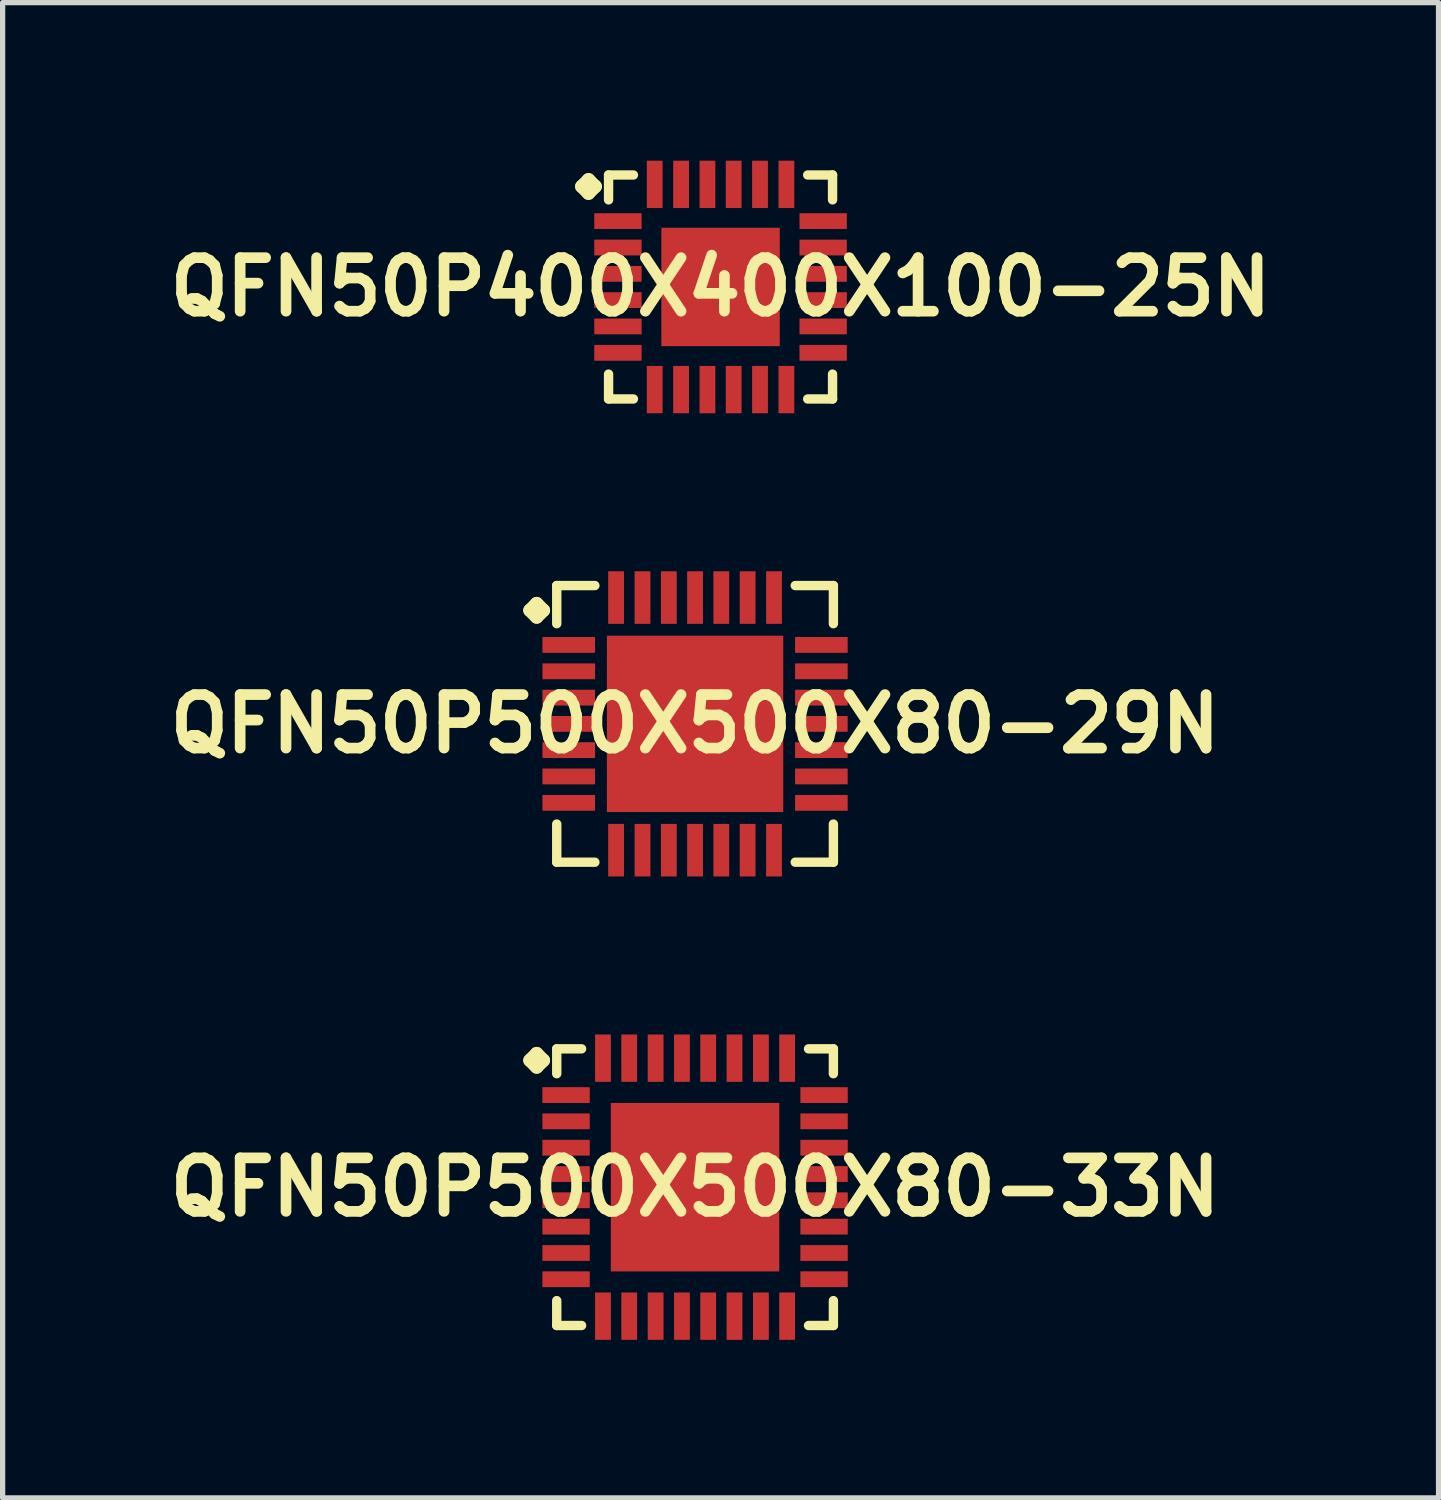
<source format=kicad_pcb>
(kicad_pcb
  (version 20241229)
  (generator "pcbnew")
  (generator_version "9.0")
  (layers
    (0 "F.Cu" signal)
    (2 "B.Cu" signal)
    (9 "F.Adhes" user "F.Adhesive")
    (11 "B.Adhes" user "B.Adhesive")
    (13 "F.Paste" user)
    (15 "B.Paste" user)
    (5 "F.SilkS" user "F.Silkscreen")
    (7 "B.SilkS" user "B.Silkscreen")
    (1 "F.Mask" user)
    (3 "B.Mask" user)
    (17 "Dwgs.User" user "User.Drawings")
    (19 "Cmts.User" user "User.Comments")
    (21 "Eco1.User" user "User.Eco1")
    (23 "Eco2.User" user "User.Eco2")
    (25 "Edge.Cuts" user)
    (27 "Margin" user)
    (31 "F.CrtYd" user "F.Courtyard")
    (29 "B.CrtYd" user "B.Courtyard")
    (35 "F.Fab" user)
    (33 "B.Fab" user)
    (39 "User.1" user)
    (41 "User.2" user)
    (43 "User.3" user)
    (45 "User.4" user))
  (footprint "QFN50P500X500X80-29N"
    (layer "F.Cu")
    (at 10.145 10.692)
    (property "Reference" "QFN50P500X500X80-29N" (at 0 0 0) (layer "F.SilkS") (effects (font (size 1.016 1.016) (thickness 0.203))))
    (attr smd)
    (fp_line (start -3.134 -2.156) (end -3.007 -2.283) (stroke (width 0.254) (type solid)) (layer "F.SilkS"))
    (fp_line (start -3.007 -2.283) (end -2.88 -2.156) (stroke (width 0.254) (type solid)) (layer "F.SilkS"))
    (fp_line (start -3.007 -2.029) (end -3.134 -2.156) (stroke (width 0.254) (type solid)) (layer "F.SilkS"))
    (fp_line (start -2.88 -2.156) (end -3.007 -2.029) (stroke (width 0.254) (type solid)) (layer "F.SilkS"))
    (fp_line (start -2.626 -2.626) (end -1.902 -2.626) (stroke (width 0.178) (type solid)) (layer "F.SilkS"))
    (fp_line (start -2.626 -1.902) (end -2.626 -2.626) (stroke (width 0.178) (type solid)) (layer "F.SilkS"))
    (fp_line (start -2.626 1.902) (end -2.626 2.626) (stroke (width 0.178) (type solid)) (layer "F.SilkS"))
    (fp_line (start -2.626 2.626) (end -1.902 2.626) (stroke (width 0.178) (type solid)) (layer "F.SilkS"))
    (fp_line (start 1.902 -2.626) (end 2.626 -2.626) (stroke (width 0.178) (type solid)) (layer "F.SilkS"))
    (fp_line (start 1.902 2.626) (end 2.626 2.626) (stroke (width 0.178) (type solid)) (layer "F.SilkS"))
    (fp_line (start 2.626 -2.626) (end 2.626 -1.902) (stroke (width 0.178) (type solid)) (layer "F.SilkS"))
    (fp_line (start 2.626 2.626) (end 2.626 1.902) (stroke (width 0.178) (type solid)) (layer "F.SilkS"))
    (pad "1" smd rect (at -2.398 -1.499) (size 0.998 0.3) (layers "F.Cu" "F.Mask" "F.Paste"))
    (pad "2" smd rect (at -2.398 -0.998) (size 0.998 0.3) (layers "F.Cu" "F.Mask" "F.Paste"))
    (pad "3" smd rect (at -2.398 -0.498) (size 0.998 0.3) (layers "F.Cu" "F.Mask" "F.Paste"))
    (pad "4" smd rect (at -2.398 0) (size 0.998 0.3) (layers "F.Cu" "F.Mask" "F.Paste"))
    (pad "5" smd rect (at -2.398 0.498) (size 0.998 0.3) (layers "F.Cu" "F.Mask" "F.Paste"))
    (pad "6" smd rect (at -2.398 0.998) (size 0.998 0.3) (layers "F.Cu" "F.Mask" "F.Paste"))
    (pad "7" smd rect (at -2.398 1.499) (size 0.998 0.3) (layers "F.Cu" "F.Mask" "F.Paste"))
    (pad "8" smd rect (at -1.499 2.398) (size 0.3 0.998) (layers "F.Cu" "F.Mask" "F.Paste"))
    (pad "9" smd rect (at -0.998 2.398) (size 0.3 0.998) (layers "F.Cu" "F.Mask" "F.Paste"))
    (pad "10" smd rect (at -0.498 2.398) (size 0.3 0.998) (layers "F.Cu" "F.Mask" "F.Paste"))
    (pad "11" smd rect (at 0 2.398) (size 0.3 0.998) (layers "F.Cu" "F.Mask" "F.Paste"))
    (pad "12" smd rect (at 0.498 2.398) (size 0.3 0.998) (layers "F.Cu" "F.Mask" "F.Paste"))
    (pad "13" smd rect (at 0.998 2.398) (size 0.3 0.998) (layers "F.Cu" "F.Mask" "F.Paste"))
    (pad "14" smd rect (at 1.499 2.398) (size 0.3 0.998) (layers "F.Cu" "F.Mask" "F.Paste"))
    (pad "15" smd rect (at 2.398 1.499) (size 0.998 0.3) (layers "F.Cu" "F.Mask" "F.Paste"))
    (pad "16" smd rect (at 2.398 0.998) (size 0.998 0.3) (layers "F.Cu" "F.Mask" "F.Paste"))
    (pad "17" smd rect (at 2.398 0.498) (size 0.998 0.3) (layers "F.Cu" "F.Mask" "F.Paste"))
    (pad "18" smd rect (at 2.398 0) (size 0.998 0.3) (layers "F.Cu" "F.Mask" "F.Paste"))
    (pad "19" smd rect (at 2.398 -0.498) (size 0.998 0.3) (layers "F.Cu" "F.Mask" "F.Paste"))
    (pad "20" smd rect (at 2.398 -0.998) (size 0.998 0.3) (layers "F.Cu" "F.Mask" "F.Paste"))
    (pad "21" smd rect (at 2.398 -1.499) (size 0.998 0.3) (layers "F.Cu" "F.Mask" "F.Paste"))
    (pad "22" smd rect (at 1.499 -2.398) (size 0.3 0.998) (layers "F.Cu" "F.Mask" "F.Paste"))
    (pad "23" smd rect (at 0.998 -2.398) (size 0.3 0.998) (layers "F.Cu" "F.Mask" "F.Paste"))
    (pad "24" smd rect (at 0.498 -2.398) (size 0.3 0.998) (layers "F.Cu" "F.Mask" "F.Paste"))
    (pad "25" smd rect (at 0 -2.398) (size 0.3 0.998) (layers "F.Cu" "F.Mask" "F.Paste"))
    (pad "26" smd rect (at -0.498 -2.398) (size 0.3 0.998) (layers "F.Cu" "F.Mask" "F.Paste"))
    (pad "27" smd rect (at -0.998 -2.398) (size 0.3 0.998) (layers "F.Cu" "F.Mask" "F.Paste"))
    (pad "28" smd rect (at -1.499 -2.398) (size 0.3 0.998) (layers "F.Cu" "F.Mask" "F.Paste"))
    (pad "29" smd rect (at 0 0) (size 3.348 3.348) (layers "F.Cu" "F.Mask" "F.Paste")))
  (footprint "QFN50P500X500X80-33N"
    (layer "F.Cu")
    (at 10.145 19.487)
    (property "Reference" "QFN50P500X500X80-33N" (at 0 0 0) (layer "F.SilkS") (effects (font (size 1.016 1.016) (thickness 0.203))))
    (attr smd)
    (fp_line (start -3.134 -2.408) (end -3.007 -2.535) (stroke (width 0.254) (type solid)) (layer "F.SilkS"))
    (fp_line (start -3.007 -2.535) (end -2.88 -2.408) (stroke (width 0.254) (type solid)) (layer "F.SilkS"))
    (fp_line (start -3.007 -2.281) (end -3.134 -2.408) (stroke (width 0.254) (type solid)) (layer "F.SilkS"))
    (fp_line (start -2.88 -2.408) (end -3.007 -2.281) (stroke (width 0.254) (type solid)) (layer "F.SilkS"))
    (fp_line (start -2.626 -2.626) (end -2.154 -2.626) (stroke (width 0.178) (type solid)) (layer "F.SilkS"))
    (fp_line (start -2.626 -2.154) (end -2.626 -2.626) (stroke (width 0.178) (type solid)) (layer "F.SilkS"))
    (fp_line (start -2.626 2.154) (end -2.626 2.626) (stroke (width 0.178) (type solid)) (layer "F.SilkS"))
    (fp_line (start -2.626 2.626) (end -2.154 2.626) (stroke (width 0.178) (type solid)) (layer "F.SilkS"))
    (fp_line (start 2.154 -2.626) (end 2.626 -2.626) (stroke (width 0.178) (type solid)) (layer "F.SilkS"))
    (fp_line (start 2.154 2.626) (end 2.626 2.626) (stroke (width 0.178) (type solid)) (layer "F.SilkS"))
    (fp_line (start 2.626 -2.626) (end 2.626 -2.154) (stroke (width 0.178) (type solid)) (layer "F.SilkS"))
    (fp_line (start 2.626 2.626) (end 2.626 2.154) (stroke (width 0.178) (type solid)) (layer "F.SilkS"))
    (pad "1" smd rect (at -2.449 -1.748) (size 0.899 0.3) (layers "F.Cu" "F.Mask" "F.Paste"))
    (pad "2" smd rect (at -2.449 -1.25) (size 0.899 0.3) (layers "F.Cu" "F.Mask" "F.Paste"))
    (pad "3" smd rect (at -2.449 -0.749) (size 0.899 0.3) (layers "F.Cu" "F.Mask" "F.Paste"))
    (pad "4" smd rect (at -2.449 -0.249) (size 0.899 0.3) (layers "F.Cu" "F.Mask" "F.Paste"))
    (pad "5" smd rect (at -2.449 0.249) (size 0.899 0.3) (layers "F.Cu" "F.Mask" "F.Paste"))
    (pad "6" smd rect (at -2.449 0.749) (size 0.899 0.3) (layers "F.Cu" "F.Mask" "F.Paste"))
    (pad "7" smd rect (at -2.449 1.25) (size 0.899 0.3) (layers "F.Cu" "F.Mask" "F.Paste"))
    (pad "8" smd rect (at -2.449 1.748) (size 0.899 0.3) (layers "F.Cu" "F.Mask" "F.Paste"))
    (pad "9" smd rect (at -1.748 2.449) (size 0.3 0.899) (layers "F.Cu" "F.Mask" "F.Paste"))
    (pad "10" smd rect (at -1.25 2.449) (size 0.3 0.899) (layers "F.Cu" "F.Mask" "F.Paste"))
    (pad "11" smd rect (at -0.749 2.449) (size 0.3 0.899) (layers "F.Cu" "F.Mask" "F.Paste"))
    (pad "12" smd rect (at -0.249 2.449) (size 0.3 0.899) (layers "F.Cu" "F.Mask" "F.Paste"))
    (pad "13" smd rect (at 0.249 2.449) (size 0.3 0.899) (layers "F.Cu" "F.Mask" "F.Paste"))
    (pad "14" smd rect (at 0.749 2.449) (size 0.3 0.899) (layers "F.Cu" "F.Mask" "F.Paste"))
    (pad "15" smd rect (at 1.25 2.449) (size 0.3 0.899) (layers "F.Cu" "F.Mask" "F.Paste"))
    (pad "16" smd rect (at 1.748 2.449) (size 0.3 0.899) (layers "F.Cu" "F.Mask" "F.Paste"))
    (pad "17" smd rect (at 2.449 1.748) (size 0.899 0.3) (layers "F.Cu" "F.Mask" "F.Paste"))
    (pad "18" smd rect (at 2.449 1.25) (size 0.899 0.3) (layers "F.Cu" "F.Mask" "F.Paste"))
    (pad "19" smd rect (at 2.449 0.749) (size 0.899 0.3) (layers "F.Cu" "F.Mask" "F.Paste"))
    (pad "20" smd rect (at 2.449 0.249) (size 0.899 0.3) (layers "F.Cu" "F.Mask" "F.Paste"))
    (pad "21" smd rect (at 2.449 -0.249) (size 0.899 0.3) (layers "F.Cu" "F.Mask" "F.Paste"))
    (pad "22" smd rect (at 2.449 -0.749) (size 0.899 0.3) (layers "F.Cu" "F.Mask" "F.Paste"))
    (pad "23" smd rect (at 2.449 -1.25) (size 0.899 0.3) (layers "F.Cu" "F.Mask" "F.Paste"))
    (pad "24" smd rect (at 2.449 -1.748) (size 0.899 0.3) (layers "F.Cu" "F.Mask" "F.Paste"))
    (pad "25" smd rect (at 1.748 -2.449) (size 0.3 0.899) (layers "F.Cu" "F.Mask" "F.Paste"))
    (pad "26" smd rect (at 1.25 -2.449) (size 0.3 0.899) (layers "F.Cu" "F.Mask" "F.Paste"))
    (pad "27" smd rect (at 0.749 -2.449) (size 0.3 0.899) (layers "F.Cu" "F.Mask" "F.Paste"))
    (pad "28" smd rect (at 0.249 -2.449) (size 0.3 0.899) (layers "F.Cu" "F.Mask" "F.Paste"))
    (pad "29" smd rect (at -0.249 -2.449) (size 0.3 0.899) (layers "F.Cu" "F.Mask" "F.Paste"))
    (pad "30" smd rect (at -0.749 -2.449) (size 0.3 0.899) (layers "F.Cu" "F.Mask" "F.Paste"))
    (pad "31" smd rect (at -1.25 -2.449) (size 0.3 0.899) (layers "F.Cu" "F.Mask" "F.Paste"))
    (pad "32" smd rect (at -1.748 -2.449) (size 0.3 0.899) (layers "F.Cu" "F.Mask" "F.Paste"))
    (pad "33" smd rect (at 0 0) (size 3.198 3.198) (layers "F.Cu" "F.Mask" "F.Paste")))
  (footprint "QFN50P400X400X100-25N"
    (layer "F.Cu")
    (at 10.629 2.398)
    (property "Reference" "QFN50P400X400X100-25N" (at 0 0 0) (layer "F.SilkS") (effects (font (size 1.016 1.016) (thickness 0.203))))
    (attr smd)
    (fp_line (start -2.634 -1.908) (end -2.507 -2.035) (stroke (width 0.254) (type solid)) (layer "F.SilkS"))
    (fp_line (start -2.507 -2.035) (end -2.38 -1.908) (stroke (width 0.254) (type solid)) (layer "F.SilkS"))
    (fp_line (start -2.507 -1.781) (end -2.634 -1.908) (stroke (width 0.254) (type solid)) (layer "F.SilkS"))
    (fp_line (start -2.38 -1.908) (end -2.507 -1.781) (stroke (width 0.254) (type solid)) (layer "F.SilkS"))
    (fp_line (start -2.126 -2.126) (end -1.654 -2.126) (stroke (width 0.178) (type solid)) (layer "F.SilkS"))
    (fp_line (start -2.126 -1.654) (end -2.126 -2.126) (stroke (width 0.178) (type solid)) (layer "F.SilkS"))
    (fp_line (start -2.126 1.654) (end -2.126 2.126) (stroke (width 0.178) (type solid)) (layer "F.SilkS"))
    (fp_line (start -2.126 2.126) (end -1.654 2.126) (stroke (width 0.178) (type solid)) (layer "F.SilkS"))
    (fp_line (start 1.654 -2.126) (end 2.126 -2.126) (stroke (width 0.178) (type solid)) (layer "F.SilkS"))
    (fp_line (start 1.654 2.126) (end 2.126 2.126) (stroke (width 0.178) (type solid)) (layer "F.SilkS"))
    (fp_line (start 2.126 -2.126) (end 2.126 -1.654) (stroke (width 0.178) (type solid)) (layer "F.SilkS"))
    (fp_line (start 2.126 2.126) (end 2.126 1.654) (stroke (width 0.178) (type solid)) (layer "F.SilkS"))
    (pad "1" smd rect (at -1.948 -1.25) (size 0.899 0.3) (layers "F.Cu" "F.Mask" "F.Paste"))
    (pad "2" smd rect (at -1.948 -0.749) (size 0.899 0.3) (layers "F.Cu" "F.Mask" "F.Paste"))
    (pad "3" smd rect (at -1.948 -0.249) (size 0.899 0.3) (layers "F.Cu" "F.Mask" "F.Paste"))
    (pad "4" smd rect (at -1.948 0.249) (size 0.899 0.3) (layers "F.Cu" "F.Mask" "F.Paste"))
    (pad "5" smd rect (at -1.948 0.749) (size 0.899 0.3) (layers "F.Cu" "F.Mask" "F.Paste"))
    (pad "6" smd rect (at -1.948 1.25) (size 0.899 0.3) (layers "F.Cu" "F.Mask" "F.Paste"))
    (pad "7" smd rect (at -1.25 1.948) (size 0.3 0.899) (layers "F.Cu" "F.Mask" "F.Paste"))
    (pad "8" smd rect (at -0.749 1.948) (size 0.3 0.899) (layers "F.Cu" "F.Mask" "F.Paste"))
    (pad "9" smd rect (at -0.249 1.948) (size 0.3 0.899) (layers "F.Cu" "F.Mask" "F.Paste"))
    (pad "10" smd rect (at 0.249 1.948) (size 0.3 0.899) (layers "F.Cu" "F.Mask" "F.Paste"))
    (pad "11" smd rect (at 0.749 1.948) (size 0.3 0.899) (layers "F.Cu" "F.Mask" "F.Paste"))
    (pad "12" smd rect (at 1.25 1.948) (size 0.3 0.899) (layers "F.Cu" "F.Mask" "F.Paste"))
    (pad "13" smd rect (at 1.948 1.25) (size 0.899 0.3) (layers "F.Cu" "F.Mask" "F.Paste"))
    (pad "14" smd rect (at 1.948 0.749) (size 0.899 0.3) (layers "F.Cu" "F.Mask" "F.Paste"))
    (pad "15" smd rect (at 1.948 0.249) (size 0.899 0.3) (layers "F.Cu" "F.Mask" "F.Paste"))
    (pad "16" smd rect (at 1.948 -0.249) (size 0.899 0.3) (layers "F.Cu" "F.Mask" "F.Paste"))
    (pad "17" smd rect (at 1.948 -0.749) (size 0.899 0.3) (layers "F.Cu" "F.Mask" "F.Paste"))
    (pad "18" smd rect (at 1.948 -1.25) (size 0.899 0.3) (layers "F.Cu" "F.Mask" "F.Paste"))
    (pad "19" smd rect (at 1.25 -1.948) (size 0.3 0.899) (layers "F.Cu" "F.Mask" "F.Paste"))
    (pad "20" smd rect (at 0.749 -1.948) (size 0.3 0.899) (layers "F.Cu" "F.Mask" "F.Paste"))
    (pad "21" smd rect (at 0.249 -1.948) (size 0.3 0.899) (layers "F.Cu" "F.Mask" "F.Paste"))
    (pad "22" smd rect (at -0.249 -1.948) (size 0.3 0.899) (layers "F.Cu" "F.Mask" "F.Paste"))
    (pad "23" smd rect (at -0.749 -1.948) (size 0.3 0.899) (layers "F.Cu" "F.Mask" "F.Paste"))
    (pad "24" smd rect (at -1.25 -1.948) (size 0.3 0.899) (layers "F.Cu" "F.Mask" "F.Paste"))
    (pad "25" smd rect (at 0 0) (size 2.248 2.248) (layers "F.Cu" "F.Mask" "F.Paste")))
  (gr_rect
    (start -3 -3)
    (end 24.259 25.386)
    (stroke (width 0.1) (type default))
    (fill no)
    (layer "Edge.Cuts")))
</source>
